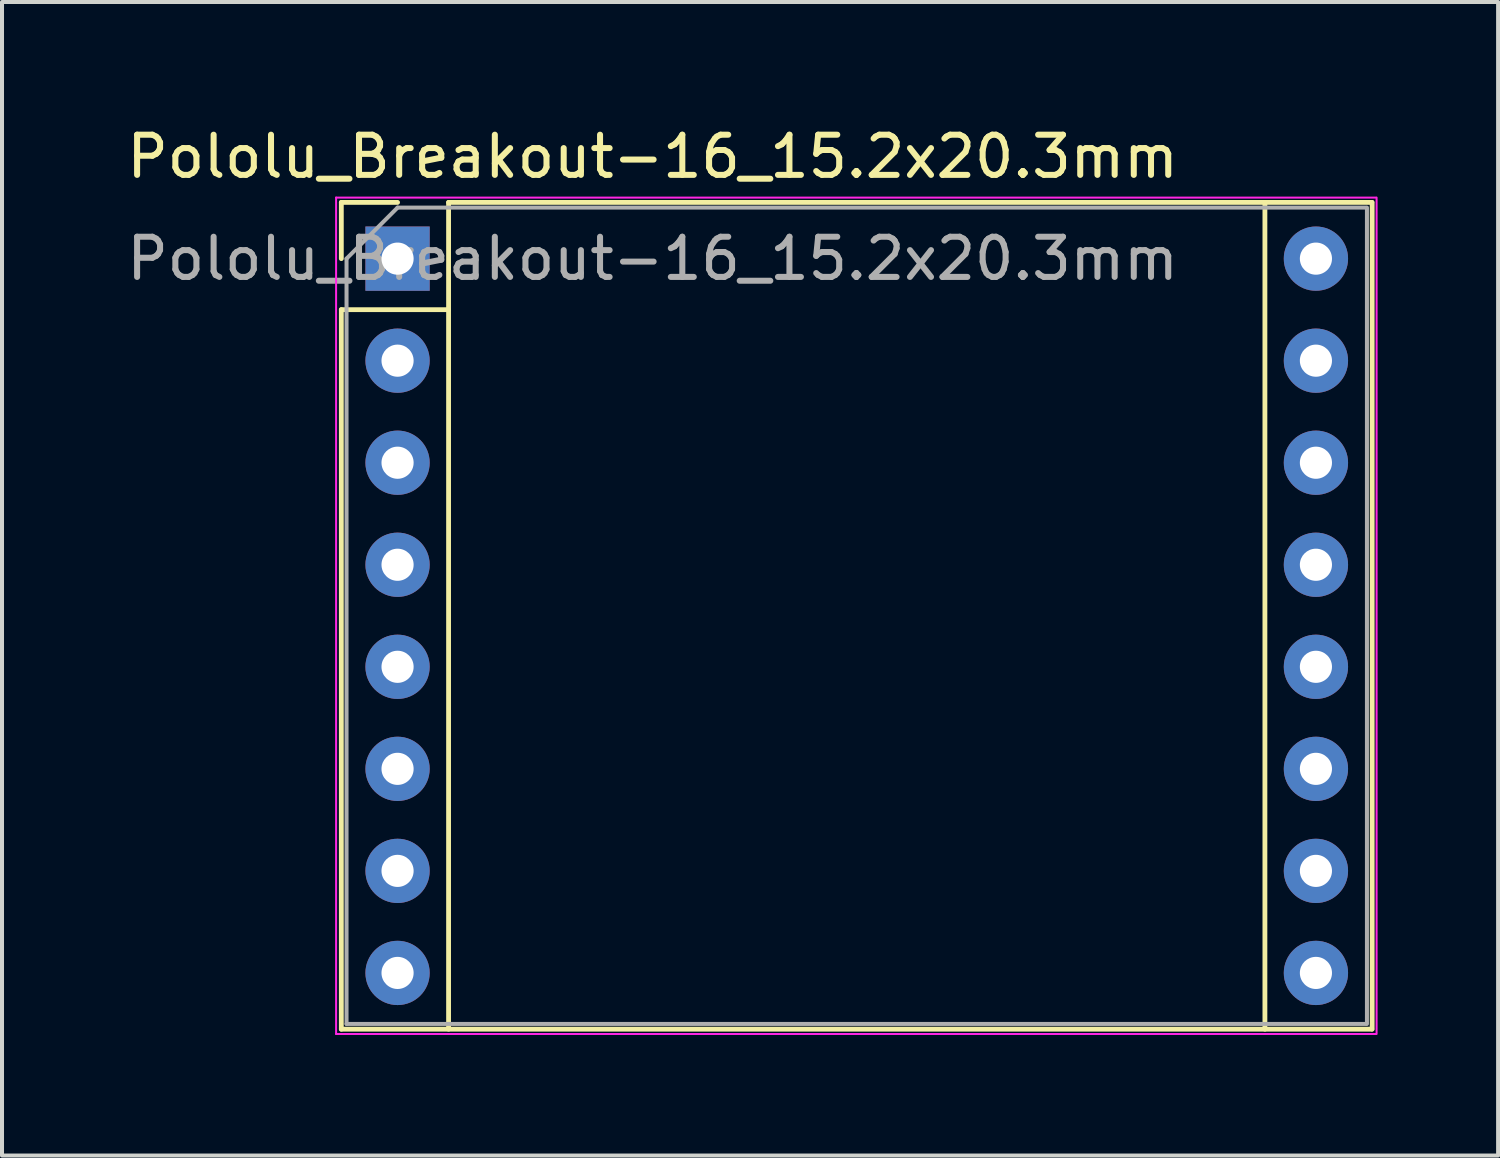
<source format=kicad_pcb>
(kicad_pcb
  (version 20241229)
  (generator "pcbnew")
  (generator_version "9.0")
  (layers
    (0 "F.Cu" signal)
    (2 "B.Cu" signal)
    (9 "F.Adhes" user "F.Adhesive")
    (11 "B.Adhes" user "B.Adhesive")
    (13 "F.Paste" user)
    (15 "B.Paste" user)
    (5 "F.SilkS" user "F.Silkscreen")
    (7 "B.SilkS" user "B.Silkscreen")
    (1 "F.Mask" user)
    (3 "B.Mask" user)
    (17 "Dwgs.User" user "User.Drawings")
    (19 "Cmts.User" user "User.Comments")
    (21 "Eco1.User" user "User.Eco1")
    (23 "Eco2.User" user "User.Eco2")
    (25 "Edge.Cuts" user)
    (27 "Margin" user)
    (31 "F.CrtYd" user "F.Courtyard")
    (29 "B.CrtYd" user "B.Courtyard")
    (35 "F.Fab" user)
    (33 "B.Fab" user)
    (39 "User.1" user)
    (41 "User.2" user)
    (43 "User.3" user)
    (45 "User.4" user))
  (footprint "Pololu_Breakout-16_15.2x20.3mm"
    (layer "F.Cu")
    (at 6.846 3.388)
    (property "Reference" "Pololu_Breakout-16_15.2x20.3mm" (at 6.35 -2.54 0) (layer "F.SilkS") (effects (font (size 1 1) (thickness 0.15))))
    (attr through_hole)
    (fp_line (start -1.4 -1.4) (end -1.4 0) (stroke (width 0.12) (type solid)) (layer "F.SilkS"))
    (fp_line (start -1.4 1.27) (end -1.4 19.18) (stroke (width 0.12) (type solid)) (layer "F.SilkS"))
    (fp_line (start -1.4 19.18) (end 24.25 19.18) (stroke (width 0.12) (type solid)) (layer "F.SilkS"))
    (fp_line (start 0 -1.4) (end -1.4 -1.4) (stroke (width 0.12) (type solid)) (layer "F.SilkS"))
    (fp_line (start 1.27 -1.4) (end 1.27 1.27) (stroke (width 0.12) (type solid)) (layer "F.SilkS"))
    (fp_line (start 1.27 1.27) (end -1.4 1.27) (stroke (width 0.12) (type solid)) (layer "F.SilkS"))
    (fp_line (start 1.27 1.27) (end 1.27 19.18) (stroke (width 0.12) (type solid)) (layer "F.SilkS"))
    (fp_line (start 21.59 -1.4) (end 21.59 19.18) (stroke (width 0.12) (type solid)) (layer "F.SilkS"))
    (fp_line (start 24.25 -1.4) (end 1.27 -1.4) (stroke (width 0.12) (type solid)) (layer "F.SilkS"))
    (fp_line (start 24.26 19.18) (end 24.26 -1.4) (stroke (width 0.12) (type solid)) (layer "F.SilkS"))
    (fp_line (start -1.53 -1.52) (end -1.53 19.3) (stroke (width 0.05) (type solid)) (layer "F.CrtYd"))
    (fp_line (start -1.53 -1.52) (end 24.35 -1.52) (stroke (width 0.05) (type solid)) (layer "F.CrtYd"))
    (fp_line (start 24.35 19.3) (end -1.53 19.3) (stroke (width 0.05) (type solid)) (layer "F.CrtYd"))
    (fp_line (start 24.37 19.3) (end 24.37 -1.52) (stroke (width 0.05) (type solid)) (layer "F.CrtYd"))
    (fp_line (start -1.27 0) (end 0 -1.27) (stroke (width 0.1) (type solid)) (layer "F.Fab"))
    (fp_line (start -1.27 19.05) (end -1.27 0) (stroke (width 0.1) (type solid)) (layer "F.Fab"))
    (fp_line (start 0 -1.27) (end 24.1 -1.27) (stroke (width 0.1) (type solid)) (layer "F.Fab"))
    (fp_line (start 24.1 19.05) (end -1.27 19.05) (stroke (width 0.1) (type solid)) (layer "F.Fab"))
    (fp_line (start 24.13 -1.27) (end 24.13 19.05) (stroke (width 0.1) (type solid)) (layer "F.Fab"))
    (fp_text user "${REFERENCE}" (at 6.35 0 0) (layer "F.Fab") (effects (font (size 1 1) (thickness 0.15))))
    (pad "1" thru_hole rect (at 0 0) (size 1.6 1.6) (drill 0.8) (layers "*.Cu" "*.Mask"))
    (pad "2" thru_hole oval (at 0 2.54) (size 1.6 1.6) (drill 0.8) (layers "*.Cu" "*.Mask"))
    (pad "3" thru_hole oval (at 0 5.08) (size 1.6 1.6) (drill 0.8) (layers "*.Cu" "*.Mask"))
    (pad "4" thru_hole oval (at 0 7.62) (size 1.6 1.6) (drill 0.8) (layers "*.Cu" "*.Mask"))
    (pad "5" thru_hole oval (at 0 10.16) (size 1.6 1.6) (drill 0.8) (layers "*.Cu" "*.Mask"))
    (pad "6" thru_hole oval (at 0 12.7) (size 1.6 1.6) (drill 0.8) (layers "*.Cu" "*.Mask"))
    (pad "7" thru_hole oval (at 0 15.24) (size 1.6 1.6) (drill 0.8) (layers "*.Cu" "*.Mask"))
    (pad "8" thru_hole oval (at 0 17.78) (size 1.6 1.6) (drill 0.8) (layers "*.Cu" "*.Mask"))
    (pad "9" thru_hole oval (at 22.86 17.78) (size 1.6 1.6) (drill 0.8) (layers "*.Cu" "*.Mask"))
    (pad "10" thru_hole oval (at 22.86 15.24) (size 1.6 1.6) (drill 0.8) (layers "*.Cu" "*.Mask"))
    (pad "11" thru_hole oval (at 22.86 12.7) (size 1.6 1.6) (drill 0.8) (layers "*.Cu" "*.Mask"))
    (pad "12" thru_hole oval (at 22.86 10.16) (size 1.6 1.6) (drill 0.8) (layers "*.Cu" "*.Mask"))
    (pad "13" thru_hole oval (at 22.86 7.62) (size 1.6 1.6) (drill 0.8) (layers "*.Cu" "*.Mask"))
    (pad "14" thru_hole oval (at 22.86 5.08) (size 1.6 1.6) (drill 0.8) (layers "*.Cu" "*.Mask"))
    (pad "15" thru_hole oval (at 22.86 2.54) (size 1.6 1.6) (drill 0.8) (layers "*.Cu" "*.Mask"))
    (pad "16" thru_hole oval (at 22.86 0) (size 1.6 1.6) (drill 0.8) (layers "*.Cu" "*.Mask")))
  (gr_rect
    (start -3 -3)
    (end 34.241 25.713)
    (stroke (width 0.1) (type default))
    (fill no)
    (layer "Edge.Cuts")))
</source>
